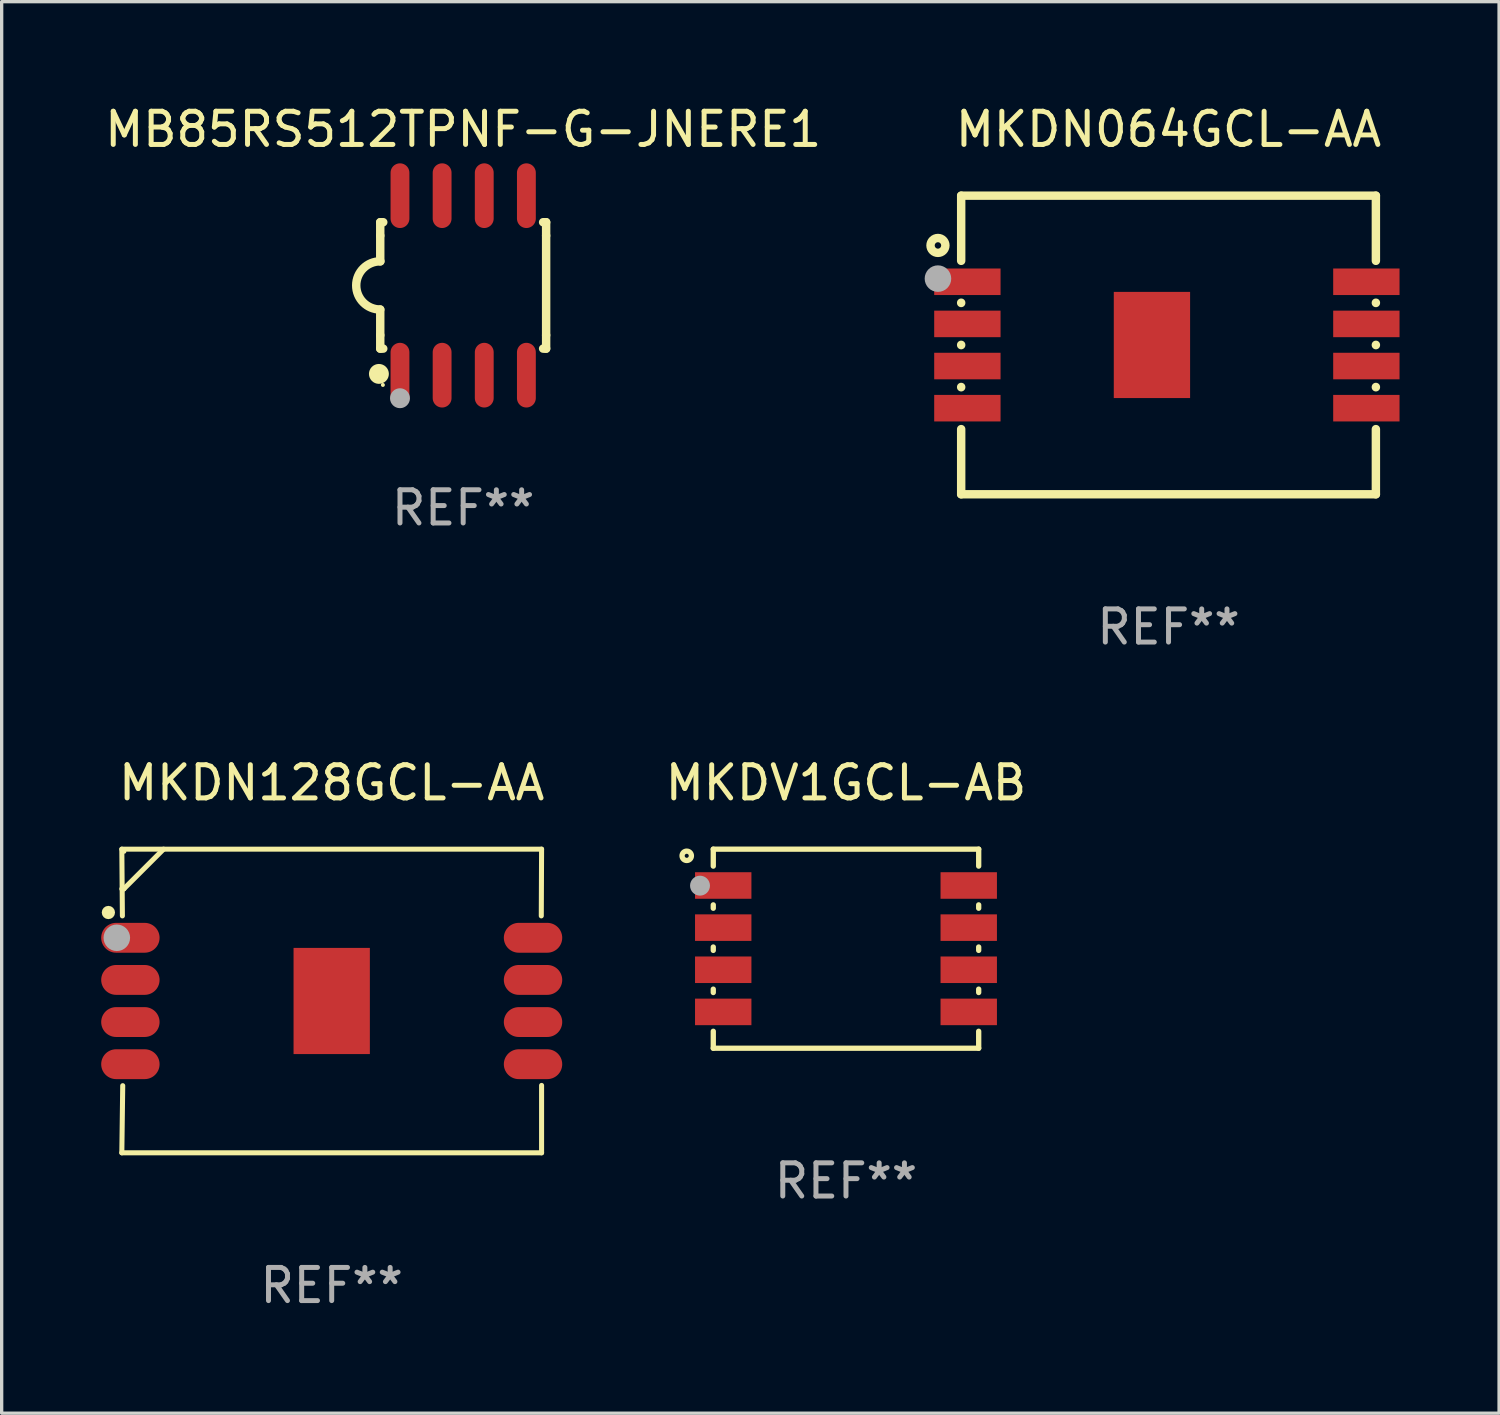
<source format=kicad_pcb>
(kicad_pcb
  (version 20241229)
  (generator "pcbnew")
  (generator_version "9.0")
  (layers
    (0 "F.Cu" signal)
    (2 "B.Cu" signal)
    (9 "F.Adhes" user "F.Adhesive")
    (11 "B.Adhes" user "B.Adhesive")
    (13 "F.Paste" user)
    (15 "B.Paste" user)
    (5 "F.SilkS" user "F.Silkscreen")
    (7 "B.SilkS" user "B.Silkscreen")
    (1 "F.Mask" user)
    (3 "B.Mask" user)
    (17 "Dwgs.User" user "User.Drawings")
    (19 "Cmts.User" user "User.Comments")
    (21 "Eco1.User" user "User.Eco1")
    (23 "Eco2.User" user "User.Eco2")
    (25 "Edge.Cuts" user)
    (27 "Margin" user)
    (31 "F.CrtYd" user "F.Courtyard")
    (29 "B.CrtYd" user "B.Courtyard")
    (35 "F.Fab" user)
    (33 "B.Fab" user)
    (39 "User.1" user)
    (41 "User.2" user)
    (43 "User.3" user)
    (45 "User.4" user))
  (footprint "MKDN128GCL-AA"
    (layer "F.Cu")
    (at 6.948 27.121)
    (property "Reference" "MKDN128GCL-AA" (at 0 -6.576 0) (layer "F.SilkS") (effects (font (size 1 1) (thickness 0.15))))
    (attr through_hole)
    (fp_line (start -6.326 -3.379) (end -6.265 -3.379) (stroke (width 0.152) (type solid)) (layer "F.SilkS"))
    (fp_line (start -6.326 4.576) (end 6.326 4.576) (stroke (width 0.152) (type solid)) (layer "F.SilkS"))
    (fp_line (start -6.326 -4.576) (end 6.326 -4.576) (stroke (width 0.152) (type solid)) (layer "F.SilkS"))
    (fp_line (start -6.309 -2.565) (end -6.326 -4.576) (stroke (width 0.152) (type solid)) (layer "F.SilkS"))
    (fp_line (start -6.299 2.553) (end -6.326 4.576) (stroke (width 0.152) (type solid)) (layer "F.SilkS"))
    (fp_line (start -6.265 -3.379) (end -5.068 -4.576) (stroke (width 0.152) (type solid)) (layer "F.SilkS"))
    (fp_line (start 6.326 -4.576) (end 6.317 -2.565) (stroke (width 0.152) (type solid)) (layer "F.SilkS"))
    (fp_line (start 6.326 4.576) (end 6.326 2.545) (stroke (width 0.152) (type solid)) (layer "F.SilkS"))
    (fp_circle (center -6.731 -2.667) (end -6.631 -2.667) (stroke (width 0.2) (type solid)) (fill no) (layer "F.SilkS"))
    (fp_circle (center -6.25 -4.5) (end -6.22 -4.5) (stroke (width 0.06) (type solid)) (fill no) (layer "F.SilkS"))
    (fp_circle (center -6.477 -1.905) (end -6.277 -1.905) (stroke (width 0.4) (type solid)) (fill no) (layer "F.Fab"))
    (fp_text user "REF**" (at 0 8.576 0) (layer "F.Fab") (effects (font (size 1 1) (thickness 0.15))))
    (pad "1" smd oval (at -6.068 -1.905) (size 1.76 0.9) (layers "F.Cu" "F.Mask" "F.Paste"))
    (pad "2" smd oval (at -6.068 -0.635) (size 1.76 0.9) (layers "F.Cu" "F.Mask" "F.Paste"))
    (pad "3" smd oval (at -6.068 0.635) (size 1.76 0.9) (layers "F.Cu" "F.Mask" "F.Paste"))
    (pad "4" smd oval (at -6.068 1.905) (size 1.76 0.9) (layers "F.Cu" "F.Mask" "F.Paste"))
    (pad "5" smd oval (at 6.068 1.905) (size 1.76 0.9) (layers "F.Cu" "F.Mask" "F.Paste"))
    (pad "6" smd oval (at 6.068 0.635) (size 1.76 0.9) (layers "F.Cu" "F.Mask" "F.Paste"))
    (pad "7" smd oval (at 6.068 -0.635) (size 1.76 0.9) (layers "F.Cu" "F.Mask" "F.Paste"))
    (pad "8" smd oval (at 6.068 -1.905) (size 1.76 0.9) (layers "F.Cu" "F.Mask" "F.Paste"))
    (pad "9" smd rect (at -0.000013 0.000064) (size 2.3 3.2) (layers "F.Cu" "F.Mask" "F.Paste")))
  (footprint "MKDV1GCL-AB"
    (layer "F.Cu")
    (at 22.449 25.545)
    (property "Reference" "MKDV1GCL-AB" (at 0 -5 0) (layer "F.SilkS") (effects (font (size 1 1) (thickness 0.15))))
    (attr through_hole)
    (fp_line (start -4 -3) (end -4 -2.489) (stroke (width 0.16) (type solid)) (layer "F.SilkS"))
    (fp_line (start -4 -3) (end 4 -3) (stroke (width 0.16) (type solid)) (layer "F.SilkS"))
    (fp_line (start -4 -1.321) (end -4 -1.219) (stroke (width 0.16) (type solid)) (layer "F.SilkS"))
    (fp_line (start -4 -0.051) (end -4 0.051) (stroke (width 0.16) (type solid)) (layer "F.SilkS"))
    (fp_line (start -4 1.219) (end -4 1.321) (stroke (width 0.16) (type solid)) (layer "F.SilkS"))
    (fp_line (start -4 2.489) (end -4 3) (stroke (width 0.16) (type solid)) (layer "F.SilkS"))
    (fp_line (start -4 3) (end 4 3) (stroke (width 0.16) (type solid)) (layer "F.SilkS"))
    (fp_line (start 4 -3) (end 4 -2.489) (stroke (width 0.16) (type solid)) (layer "F.SilkS"))
    (fp_line (start 4 -1.321) (end 4 -1.219) (stroke (width 0.16) (type solid)) (layer "F.SilkS"))
    (fp_line (start 4 -0.051) (end 4 0.051) (stroke (width 0.16) (type solid)) (layer "F.SilkS"))
    (fp_line (start 4 1.219) (end 4 1.321) (stroke (width 0.16) (type solid)) (layer "F.SilkS"))
    (fp_line (start 4 2.489) (end 4 3) (stroke (width 0.16) (type solid)) (layer "F.SilkS"))
    (fp_circle (center -4.8 -2.8) (end -4.659 -2.8) (stroke (width 0.16) (type solid)) (fill no) (layer "F.SilkS"))
    (fp_circle (center -4 -3) (end -3.97 -3) (stroke (width 0.06) (type solid)) (fill no) (layer "F.SilkS"))
    (fp_circle (center -4.4 -1.9) (end -4.25 -1.9) (stroke (width 0.3) (type solid)) (fill no) (layer "F.Fab"))
    (fp_text user "REF**" (at 0 7 0) (layer "F.Fab") (effects (font (size 1 1) (thickness 0.15))))
    (pad "1" smd rect (at -3.7 -1.905) (size 1.7 0.8) (layers "F.Cu" "F.Mask" "F.Paste"))
    (pad "2" smd rect (at -3.7 -0.635) (size 1.7 0.8) (layers "F.Cu" "F.Mask" "F.Paste"))
    (pad "3" smd rect (at -3.7 0.635) (size 1.7 0.8) (layers "F.Cu" "F.Mask" "F.Paste"))
    (pad "4" smd rect (at -3.7 1.905) (size 1.7 0.8) (layers "F.Cu" "F.Mask" "F.Paste"))
    (pad "5" smd rect (at 3.7 1.905) (size 1.7 0.8) (layers "F.Cu" "F.Mask" "F.Paste"))
    (pad "6" smd rect (at 3.7 0.635) (size 1.7 0.8) (layers "F.Cu" "F.Mask" "F.Paste"))
    (pad "7" smd rect (at 3.7 -0.635) (size 1.7 0.8) (layers "F.Cu" "F.Mask" "F.Paste"))
    (pad "8" smd rect (at 3.7 -1.905) (size 1.7 0.8) (layers "F.Cu" "F.Mask" "F.Paste")))
  (footprint "MKDN064GCL-AA"
    (layer "F.Cu")
    (at 32.171 7.348)
    (property "Reference" "MKDN064GCL-AA" (at 0 -6.5 0) (layer "F.SilkS") (effects (font (size 1 1) (thickness 0.15))))
    (attr through_hole)
    (fp_line (start -6.25 -4.5) (end 6.25 -4.5) (stroke (width 0.254) (type solid)) (layer "F.SilkS"))
    (fp_line (start -6.25 -2.536) (end -6.25 -4.5) (stroke (width 0.254) (type solid)) (layer "F.SilkS"))
    (fp_line (start -6.25 -1.266) (end -6.25 -1.274) (stroke (width 0.254) (type solid)) (layer "F.SilkS"))
    (fp_line (start -6.25 0.004) (end -6.25 -0.004) (stroke (width 0.254) (type solid)) (layer "F.SilkS"))
    (fp_line (start -6.25 1.274) (end -6.25 1.266) (stroke (width 0.254) (type solid)) (layer "F.SilkS"))
    (fp_line (start -6.25 4.5) (end -6.25 2.536) (stroke (width 0.254) (type solid)) (layer "F.SilkS"))
    (fp_line (start 6.25 -4.5) (end 6.25 -2.536) (stroke (width 0.254) (type solid)) (layer "F.SilkS"))
    (fp_line (start 6.25 -1.274) (end 6.25 -1.266) (stroke (width 0.254) (type solid)) (layer "F.SilkS"))
    (fp_line (start 6.25 -0.004) (end 6.25 0.004) (stroke (width 0.254) (type solid)) (layer "F.SilkS"))
    (fp_line (start 6.25 1.266) (end 6.25 1.274) (stroke (width 0.254) (type solid)) (layer "F.SilkS"))
    (fp_line (start 6.25 2.536) (end 6.25 4.5) (stroke (width 0.254) (type solid)) (layer "F.SilkS"))
    (fp_line (start 6.25 4.5) (end -6.25 4.5) (stroke (width 0.254) (type solid)) (layer "F.SilkS"))
    (fp_circle (center -6.95 -3) (end -6.726 -3) (stroke (width 0.254) (type solid)) (fill no) (layer "F.SilkS"))
    (fp_circle (center -6.3 -4.5) (end -6.27 -4.5) (stroke (width 0.06) (type solid)) (fill no) (layer "F.SilkS"))
    (fp_circle (center -6.95 -2) (end -6.75 -2) (stroke (width 0.4) (type solid)) (fill no) (layer "F.Fab"))
    (fp_text user "REF**" (at 0 8.5 0) (layer "F.Fab") (effects (font (size 1 1) (thickness 0.15))))
    (pad "1" smd rect (at -6.063 -1.905) (size 2 0.8) (layers "F.Cu" "F.Mask" "F.Paste"))
    (pad "2" smd rect (at -6.063 -0.635) (size 2 0.8) (layers "F.Cu" "F.Mask" "F.Paste"))
    (pad "3" smd rect (at -6.063 0.635) (size 2 0.8) (layers "F.Cu" "F.Mask" "F.Paste"))
    (pad "4" smd rect (at -6.063 1.905) (size 2 0.8) (layers "F.Cu" "F.Mask" "F.Paste"))
    (pad "5" smd rect (at 5.963 1.905) (size 2 0.8) (layers "F.Cu" "F.Mask" "F.Paste"))
    (pad "6" smd rect (at 5.963 0.635) (size 2 0.8) (layers "F.Cu" "F.Mask" "F.Paste"))
    (pad "7" smd rect (at 5.963 -0.635) (size 2 0.8) (layers "F.Cu" "F.Mask" "F.Paste"))
    (pad "8" smd rect (at 5.963 -1.905) (size 2 0.8) (layers "F.Cu" "F.Mask" "F.Paste"))
    (pad "9" smd rect (at -0.5 0) (size 2.3 3.2) (layers "F.Cu" "F.Mask" "F.Paste")))
  (footprint "MB85RS512TPNF-G-JNERE1"
    (layer "F.Cu")
    (at 10.911 5.553)
    (property "Reference" "MB85RS512TPNF-G-JNERE1" (at 0 -4.705 0) (layer "F.SilkS") (effects (font (size 1 1) (thickness 0.15))))
    (attr through_hole)
    (fp_line (start -2.5 -1.905) (end -2.409 -1.905) (stroke (width 0.254) (type solid)) (layer "F.SilkS"))
    (fp_line (start -2.5 -1.5) (end -2.5 -1.905) (stroke (width 0.254) (type solid)) (layer "F.SilkS"))
    (fp_line (start -2.5 -1.5) (end -2.5 -0.726) (stroke (width 0.254) (type solid)) (layer "F.SilkS"))
    (fp_line (start -2.5 1.5) (end -2.5 0.727) (stroke (width 0.254) (type solid)) (layer "F.SilkS"))
    (fp_line (start -2.5 1.5) (end -2.5 1.905) (stroke (width 0.254) (type solid)) (layer "F.SilkS"))
    (fp_line (start -2.5 1.905) (end -2.409 1.905) (stroke (width 0.254) (type solid)) (layer "F.SilkS"))
    (fp_line (start 2.5 -1.905) (end 2.409 -1.905) (stroke (width 0.254) (type solid)) (layer "F.SilkS"))
    (fp_line (start 2.5 -1.5) (end 2.5 -1.905) (stroke (width 0.254) (type solid)) (layer "F.SilkS"))
    (fp_line (start 2.5 -1.5) (end 2.5 1.5) (stroke (width 0.254) (type solid)) (layer "F.SilkS"))
    (fp_line (start 2.5 1.5) (end 2.5 1.905) (stroke (width 0.254) (type solid)) (layer "F.SilkS"))
    (fp_line (start 2.5 1.905) (end 2.409 1.905) (stroke (width 0.254) (type solid)) (layer "F.SilkS"))
    (fp_arc (start -2.5 0.726568) (mid -3.220316 -0.0023) (end -2.495097 -0.726289) (stroke (width 0.254001) (type solid)) (layer "F.SilkS"))
    (fp_circle (center -2.54 2.667) (end -2.39 2.667) (stroke (width 0.3) (type solid)) (fill no) (layer "F.SilkS"))
    (fp_circle (center -2.42 3) (end -2.39 3) (stroke (width 0.06) (type solid)) (fill no) (layer "F.SilkS"))
    (fp_circle (center -1.905 3.4) (end -1.755 3.4) (stroke (width 0.3) (type solid)) (fill no) (layer "F.Fab"))
    (fp_text user "REF**" (at 0 6.705 0) (layer "F.Fab") (effects (font (size 1 1) (thickness 0.15))))
    (pad "1" smd oval (at -1.905 2.705) (size 0.568 1.95) (layers "F.Cu" "F.Mask" "F.Paste"))
    (pad "2" smd oval (at -0.635 2.705) (size 0.568 1.95) (layers "F.Cu" "F.Mask" "F.Paste"))
    (pad "3" smd oval (at 0.635 2.705) (size 0.568 1.95) (layers "F.Cu" "F.Mask" "F.Paste"))
    (pad "4" smd oval (at 1.905 2.705) (size 0.568 1.95) (layers "F.Cu" "F.Mask" "F.Paste"))
    (pad "5" smd oval (at 1.905 -2.705) (size 0.568 1.95) (layers "F.Cu" "F.Mask" "F.Paste"))
    (pad "6" smd oval (at 0.635 -2.705) (size 0.568 1.95) (layers "F.Cu" "F.Mask" "F.Paste"))
    (pad "7" smd oval (at -0.635 -2.705) (size 0.568 1.95) (layers "F.Cu" "F.Mask" "F.Paste"))
    (pad "8" smd oval (at -1.905 -2.705) (size 0.568 1.95) (layers "F.Cu" "F.Mask" "F.Paste")))
  (gr_rect
    (start -3 -3)
    (end 42.134 39.546)
    (stroke (width 0.1) (type default))
    (fill no)
    (layer "Edge.Cuts")))
</source>
